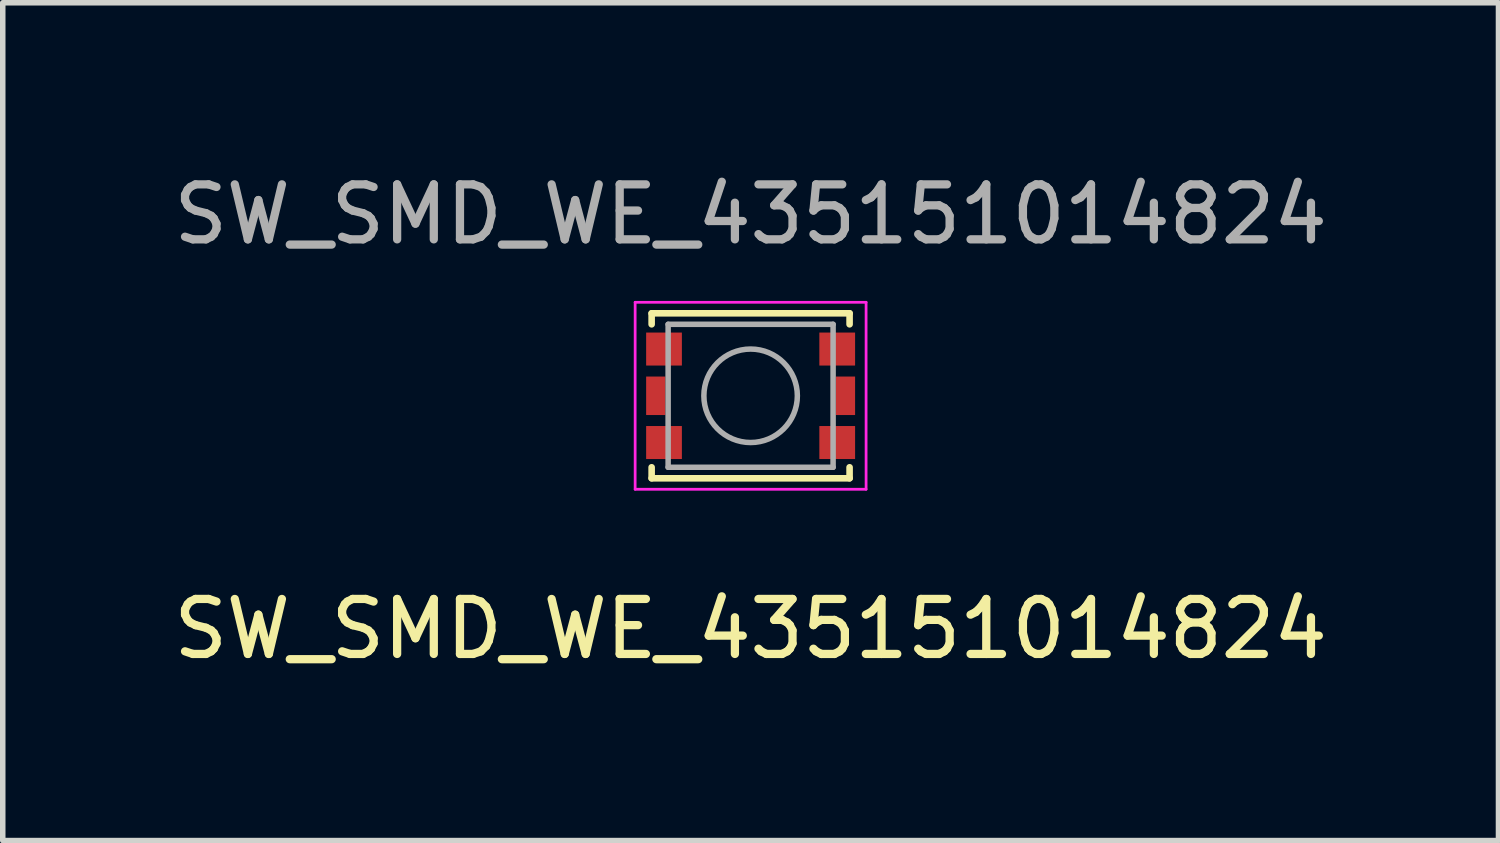
<source format=kicad_pcb>
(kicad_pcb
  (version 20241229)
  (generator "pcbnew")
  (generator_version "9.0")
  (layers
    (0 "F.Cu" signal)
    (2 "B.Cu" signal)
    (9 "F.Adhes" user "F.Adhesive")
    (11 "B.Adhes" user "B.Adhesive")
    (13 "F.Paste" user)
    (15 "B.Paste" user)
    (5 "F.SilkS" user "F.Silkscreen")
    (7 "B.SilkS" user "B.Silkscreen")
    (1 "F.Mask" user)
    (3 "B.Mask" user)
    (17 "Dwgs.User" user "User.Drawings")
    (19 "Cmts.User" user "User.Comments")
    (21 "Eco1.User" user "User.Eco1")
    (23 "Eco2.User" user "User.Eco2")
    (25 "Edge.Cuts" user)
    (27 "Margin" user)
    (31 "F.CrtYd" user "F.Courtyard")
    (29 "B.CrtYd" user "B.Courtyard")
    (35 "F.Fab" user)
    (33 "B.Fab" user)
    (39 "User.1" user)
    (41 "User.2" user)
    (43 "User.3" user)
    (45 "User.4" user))
  (footprint "SW_SMD_WE_435151014824"
    (layer "F.Cu")
    (at 10.601 4.148)
    (property "Reference" "SW_SMD_WE_435151014824" (at 0 4.24 0) (layer "F.SilkS") (effects (font (size 1 1) (thickness 0.15))))
    (attr smd)
    (fp_line (start -1.8 -1.5) (end 1.8 -1.5) (stroke (width 0.12) (type default)) (layer "F.SilkS"))
    (fp_line (start -1.8 -1.3) (end -1.8 -1.5) (stroke (width 0.12) (type default)) (layer "F.SilkS"))
    (fp_line (start -1.8 1.5) (end -1.8 1.3) (stroke (width 0.12) (type default)) (layer "F.SilkS"))
    (fp_line (start 1.8 -1.5) (end 1.8 -1.3) (stroke (width 0.12) (type default)) (layer "F.SilkS"))
    (fp_line (start 1.8 1.3) (end 1.8 1.5) (stroke (width 0.12) (type default)) (layer "F.SilkS"))
    (fp_line (start 1.8 1.5) (end -1.8 1.5) (stroke (width 0.12) (type default)) (layer "F.SilkS"))
    (fp_line (start -2.1 -1.7) (end -2.1 1.7) (stroke (width 0.05) (type solid)) (layer "F.CrtYd"))
    (fp_line (start -2.1 -1.7) (end 2.1 -1.7) (stroke (width 0.05) (type default)) (layer "F.CrtYd"))
    (fp_line (start 2.1 -1.7) (end 2.1 1.7) (stroke (width 0.05) (type solid)) (layer "F.CrtYd"))
    (fp_line (start 2.1 1.7) (end -2.1 1.7) (stroke (width 0.05) (type default)) (layer "F.CrtYd"))
    (fp_line (start -1.5 -1.3) (end -1.5 1.3) (stroke (width 0.1) (type solid)) (layer "F.Fab"))
    (fp_line (start -1.5 -1.3) (end 1.5 -1.3) (stroke (width 0.1) (type default)) (layer "F.Fab"))
    (fp_line (start 1.5 -1.3) (end 1.5 1.3) (stroke (width 0.1) (type solid)) (layer "F.Fab"))
    (fp_line (start 1.5 1.3) (end -1.5 1.3) (stroke (width 0.1) (type default)) (layer "F.Fab"))
    (fp_circle (center 0 0) (end 0.85 0) (stroke (width 0.1) (type solid)) (fill no) (layer "F.Fab"))
    (fp_text user "${REFERENCE}" (at 0 -3.3 0) (layer "F.Fab") (effects (font (size 1 1) (thickness 0.15))))
    (pad "1" smd rect (at -1.575 -0.85) (size 0.65 0.6) (layers "F.Cu" "F.Mask" "F.Paste"))
    (pad "1" smd rect (at 1.575 -0.85) (size 0.65 0.6) (layers "F.Cu" "F.Mask" "F.Paste"))
    (pad "2" smd rect (at -1.575 0.85) (size 0.65 0.6) (layers "F.Cu" "F.Mask" "F.Paste"))
    (pad "2" smd rect (at 1.575 0.85) (size 0.65 0.6) (layers "F.Cu" "F.Mask" "F.Paste"))
    (pad "3" smd rect (at -1.725 0) (size 0.35 0.7) (layers "F.Cu" "F.Mask" "F.Paste"))
    (pad "3" smd rect (at 1.725 0) (size 0.35 0.7) (layers "F.Cu" "F.Mask" "F.Paste")))
  (gr_rect
    (start -3 -3)
    (end 24.202 12.236)
    (stroke (width 0.1) (type default))
    (fill no)
    (layer "Edge.Cuts")))
</source>
